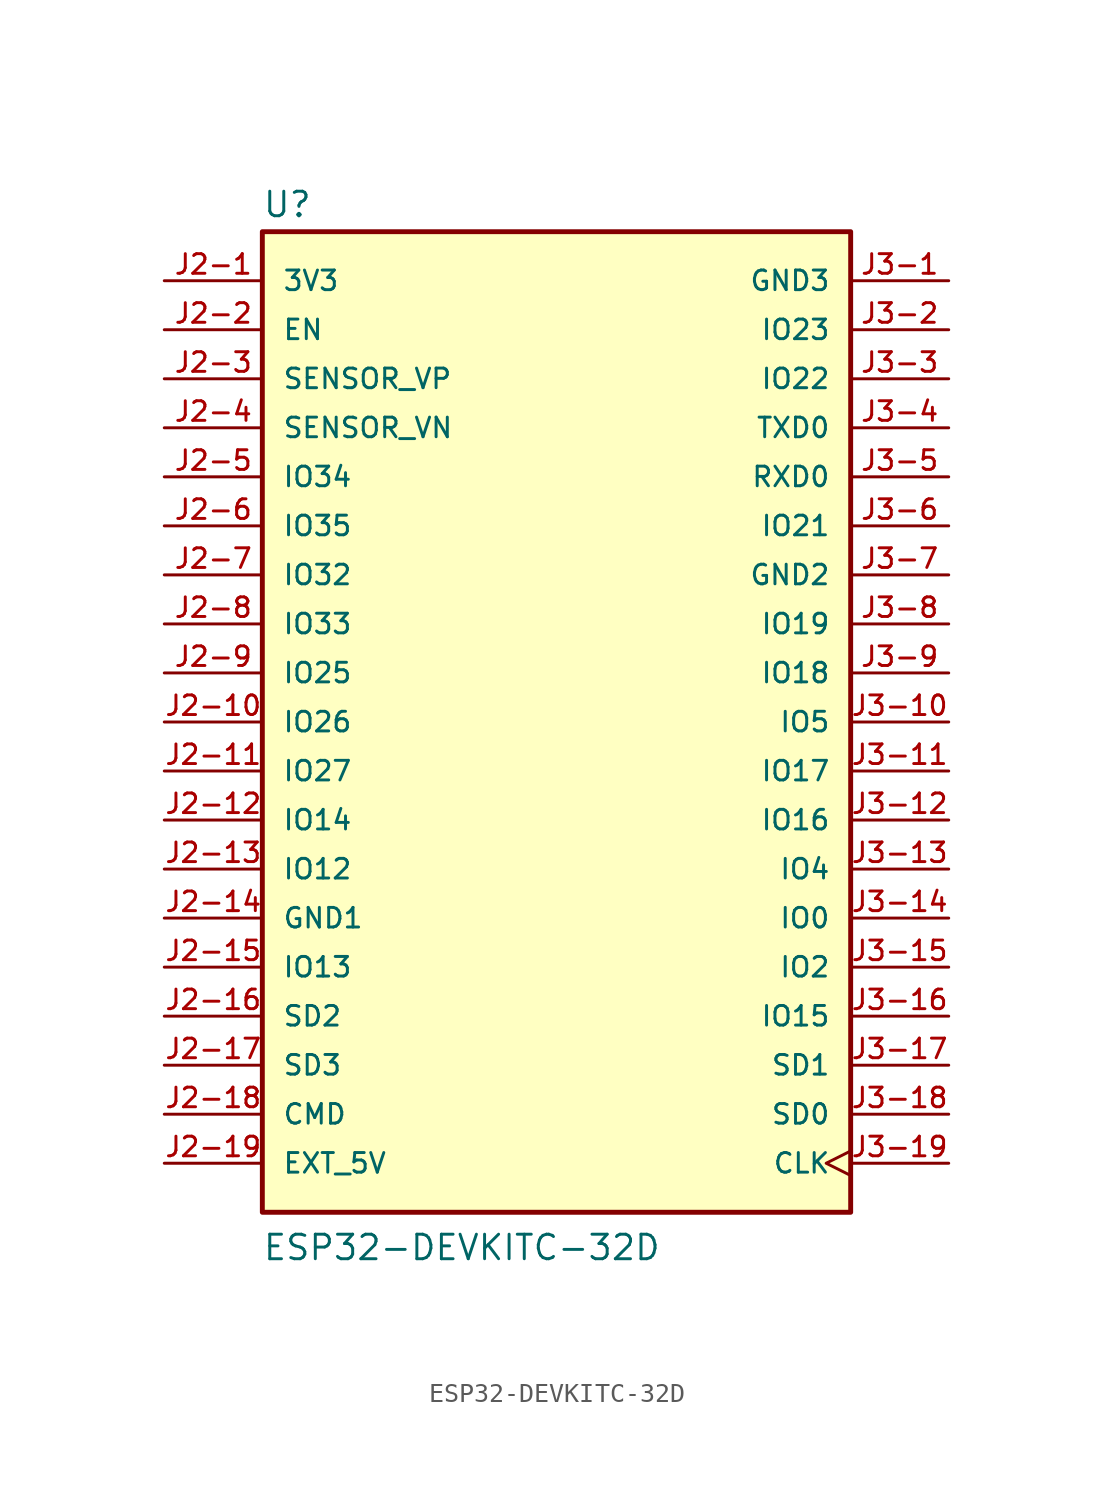
<source format=kicad_sym>
(kicad_symbol_lib
  (version 20231120)
  (generator "kicad_symbol_editor")
  (generator_version "8.0")
  (symbol "ESP32-DEVKITC-32D"
    (pin_names
      (offset 1.016))
    (property "Reference" "U"
      (at -15.257 26.064 0)
      (effects (font (size 1.27 1.27)) (justify left bottom)))
    (property "Value" "ESP32-DEVKITC-32D"
      (at -15.256 -27.97 0)
      (effects (font (size 1.27 1.27)) (justify left bottom)))
    (symbol "ESP32-DEVKITC-32D_0_0"
      (rectangle (start -15.24 -25.4) (end 15.24 25.4) (stroke (width 0.254) (type default)) (fill (type background)))
      (pin power_in line (at -20.32 22.86 0) (length 5.08) (name "3V3" (effects (font (size 1.016 1.016)))) (number "J2-1" (effects (font (size 1.016 1.016)))))
      (pin bidirectional line (at -20.32 0 0) (length 5.08) (name "IO26" (effects (font (size 1.016 1.016)))) (number "J2-10" (effects (font (size 1.016 1.016)))))
      (pin bidirectional line (at -20.32 -2.54 0) (length 5.08) (name "IO27" (effects (font (size 1.016 1.016)))) (number "J2-11" (effects (font (size 1.016 1.016)))))
      (pin bidirectional line (at -20.32 -5.08 0) (length 5.08) (name "IO14" (effects (font (size 1.016 1.016)))) (number "J2-12" (effects (font (size 1.016 1.016)))))
      (pin bidirectional line (at -20.32 -7.62 0) (length 5.08) (name "IO12" (effects (font (size 1.016 1.016)))) (number "J2-13" (effects (font (size 1.016 1.016)))))
      (pin power_in line (at -20.32 -10.16 0) (length 5.08) (name "GND1" (effects (font (size 1.016 1.016)))) (number "J2-14" (effects (font (size 1.016 1.016)))))
      (pin bidirectional line (at -20.32 -12.7 0) (length 5.08) (name "IO13" (effects (font (size 1.016 1.016)))) (number "J2-15" (effects (font (size 1.016 1.016)))))
      (pin bidirectional line (at -20.32 -15.24 0) (length 5.08) (name "SD2" (effects (font (size 1.016 1.016)))) (number "J2-16" (effects (font (size 1.016 1.016)))))
      (pin bidirectional line (at -20.32 -17.78 0) (length 5.08) (name "SD3" (effects (font (size 1.016 1.016)))) (number "J2-17" (effects (font (size 1.016 1.016)))))
      (pin bidirectional line (at -20.32 -20.32 0) (length 5.08) (name "CMD" (effects (font (size 1.016 1.016)))) (number "J2-18" (effects (font (size 1.016 1.016)))))
      (pin power_in line (at -20.32 -22.86 0) (length 5.08) (name "EXT_5V" (effects (font (size 1.016 1.016)))) (number "J2-19" (effects (font (size 1.016 1.016)))))
      (pin input line (at -20.32 20.32 0) (length 5.08) (name "EN" (effects (font (size 1.016 1.016)))) (number "J2-2" (effects (font (size 1.016 1.016)))))
      (pin input line (at -20.32 17.78 0) (length 5.08) (name "SENSOR_VP" (effects (font (size 1.016 1.016)))) (number "J2-3" (effects (font (size 1.016 1.016)))))
      (pin input line (at -20.32 15.24 0) (length 5.08) (name "SENSOR_VN" (effects (font (size 1.016 1.016)))) (number "J2-4" (effects (font (size 1.016 1.016)))))
      (pin bidirectional line (at -20.32 12.7 0) (length 5.08) (name "IO34" (effects (font (size 1.016 1.016)))) (number "J2-5" (effects (font (size 1.016 1.016)))))
      (pin bidirectional line (at -20.32 10.16 0) (length 5.08) (name "IO35" (effects (font (size 1.016 1.016)))) (number "J2-6" (effects (font (size 1.016 1.016)))))
      (pin bidirectional line (at -20.32 7.62 0) (length 5.08) (name "IO32" (effects (font (size 1.016 1.016)))) (number "J2-7" (effects (font (size 1.016 1.016)))))
      (pin bidirectional line (at -20.32 5.08 0) (length 5.08) (name "IO33" (effects (font (size 1.016 1.016)))) (number "J2-8" (effects (font (size 1.016 1.016)))))
      (pin bidirectional line (at -20.32 2.54 0) (length 5.08) (name "IO25" (effects (font (size 1.016 1.016)))) (number "J2-9" (effects (font (size 1.016 1.016)))))
      (pin power_in line (at 20.32 22.86 180) (length 5.08) (name "GND3" (effects (font (size 1.016 1.016)))) (number "J3-1" (effects (font (size 1.016 1.016)))))
      (pin bidirectional line (at 20.32 0 180) (length 5.08) (name "IO5" (effects (font (size 1.016 1.016)))) (number "J3-10" (effects (font (size 1.016 1.016)))))
      (pin bidirectional line (at 20.32 -2.54 180) (length 5.08) (name "IO17" (effects (font (size 1.016 1.016)))) (number "J3-11" (effects (font (size 1.016 1.016)))))
      (pin bidirectional line (at 20.32 -5.08 180) (length 5.08) (name "IO16" (effects (font (size 1.016 1.016)))) (number "J3-12" (effects (font (size 1.016 1.016)))))
      (pin bidirectional line (at 20.32 -7.62 180) (length 5.08) (name "IO4" (effects (font (size 1.016 1.016)))) (number "J3-13" (effects (font (size 1.016 1.016)))))
      (pin bidirectional line (at 20.32 -10.16 180) (length 5.08) (name "IO0" (effects (font (size 1.016 1.016)))) (number "J3-14" (effects (font (size 1.016 1.016)))))
      (pin bidirectional line (at 20.32 -12.7 180) (length 5.08) (name "IO2" (effects (font (size 1.016 1.016)))) (number "J3-15" (effects (font (size 1.016 1.016)))))
      (pin bidirectional line (at 20.32 -15.24 180) (length 5.08) (name "IO15" (effects (font (size 1.016 1.016)))) (number "J3-16" (effects (font (size 1.016 1.016)))))
      (pin bidirectional line (at 20.32 -17.78 180) (length 5.08) (name "SD1" (effects (font (size 1.016 1.016)))) (number "J3-17" (effects (font (size 1.016 1.016)))))
      (pin bidirectional line (at 20.32 -20.32 180) (length 5.08) (name "SD0" (effects (font (size 1.016 1.016)))) (number "J3-18" (effects (font (size 1.016 1.016)))))
      (pin input clock (at 20.32 -22.86 180) (length 5.08) (name "CLK" (effects (font (size 1.016 1.016)))) (number "J3-19" (effects (font (size 1.016 1.016)))))
      (pin bidirectional line (at 20.32 20.32 180) (length 5.08) (name "IO23" (effects (font (size 1.016 1.016)))) (number "J3-2" (effects (font (size 1.016 1.016)))))
      (pin bidirectional line (at 20.32 17.78 180) (length 5.08) (name "IO22" (effects (font (size 1.016 1.016)))) (number "J3-3" (effects (font (size 1.016 1.016)))))
      (pin output line (at 20.32 15.24 180) (length 5.08) (name "TXD0" (effects (font (size 1.016 1.016)))) (number "J3-4" (effects (font (size 1.016 1.016)))))
      (pin input line (at 20.32 12.7 180) (length 5.08) (name "RXD0" (effects (font (size 1.016 1.016)))) (number "J3-5" (effects (font (size 1.016 1.016)))))
      (pin bidirectional line (at 20.32 10.16 180) (length 5.08) (name "IO21" (effects (font (size 1.016 1.016)))) (number "J3-6" (effects (font (size 1.016 1.016)))))
      (pin power_in line (at 20.32 7.62 180) (length 5.08) (name "GND2" (effects (font (size 1.016 1.016)))) (number "J3-7" (effects (font (size 1.016 1.016)))))
      (pin bidirectional line (at 20.32 5.08 180) (length 5.08) (name "IO19" (effects (font (size 1.016 1.016)))) (number "J3-8" (effects (font (size 1.016 1.016)))))
      (pin bidirectional line (at 20.32 2.54 180) (length 5.08) (name "IO18" (effects (font (size 1.016 1.016)))) (number "J3-9" (effects (font (size 1.016 1.016))))))))
</source>
